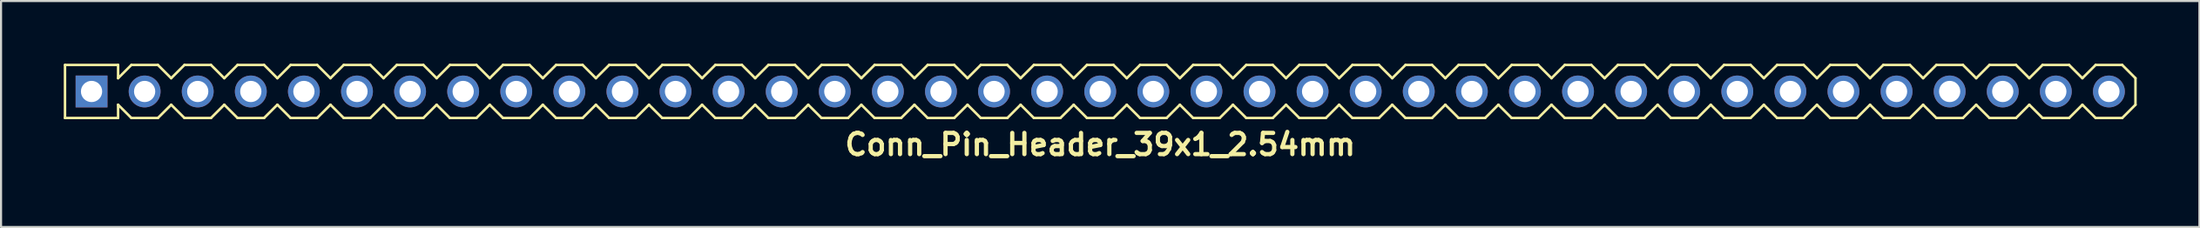
<source format=kicad_pcb>
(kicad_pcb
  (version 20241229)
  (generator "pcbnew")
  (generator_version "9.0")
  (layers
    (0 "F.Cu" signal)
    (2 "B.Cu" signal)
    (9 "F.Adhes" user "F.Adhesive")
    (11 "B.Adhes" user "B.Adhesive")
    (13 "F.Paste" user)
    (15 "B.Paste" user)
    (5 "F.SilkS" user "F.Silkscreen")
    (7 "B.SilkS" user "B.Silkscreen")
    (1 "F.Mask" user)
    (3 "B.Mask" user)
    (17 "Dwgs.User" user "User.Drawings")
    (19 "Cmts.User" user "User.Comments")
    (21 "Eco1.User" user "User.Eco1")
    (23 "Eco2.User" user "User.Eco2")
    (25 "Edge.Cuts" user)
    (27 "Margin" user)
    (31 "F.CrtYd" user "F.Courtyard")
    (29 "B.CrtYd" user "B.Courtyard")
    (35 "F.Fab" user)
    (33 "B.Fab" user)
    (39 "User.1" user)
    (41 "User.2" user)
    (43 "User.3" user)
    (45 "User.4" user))
  (footprint "Conn_Pin_Header_39x1_2.54mm"
    (layer "F.Cu")
    (at 49.59 1.33)
    (property "Reference" "Conn_Pin_Header_39x1_2.54mm" (at 0 2.54 0) (layer "F.SilkS") (effects (font (size 1.016 1.016) (thickness 0.203))))
    (attr through_hole)
    (fp_line (start -49.53 -1.27) (end -49.53 1.27) (stroke (width 0.12) (type solid)) (layer "F.SilkS"))
    (fp_line (start -49.53 1.27) (end -46.99 1.27) (stroke (width 0.12) (type solid)) (layer "F.SilkS"))
    (fp_line (start -46.99 -1.27) (end -49.53 -1.27) (stroke (width 0.12) (type solid)) (layer "F.SilkS"))
    (fp_line (start -46.99 -0.635) (end -46.99 -1.27) (stroke (width 0.12) (type solid)) (layer "F.SilkS"))
    (fp_line (start -46.99 -0.635) (end -46.355 -1.27) (stroke (width 0.12) (type solid)) (layer "F.SilkS"))
    (fp_line (start -46.99 0.635) (end -46.355 1.27) (stroke (width 0.12) (type solid)) (layer "F.SilkS"))
    (fp_line (start -46.99 1.27) (end -46.99 0.635) (stroke (width 0.12) (type solid)) (layer "F.SilkS"))
    (fp_line (start -46.355 -1.27) (end -45.085 -1.27) (stroke (width 0.12) (type solid)) (layer "F.SilkS"))
    (fp_line (start -46.355 1.27) (end -45.085 1.27) (stroke (width 0.12) (type solid)) (layer "F.SilkS"))
    (fp_line (start -45.085 -1.27) (end -44.45 -0.635) (stroke (width 0.12) (type solid)) (layer "F.SilkS"))
    (fp_line (start -45.085 1.27) (end -44.45 0.635) (stroke (width 0.12) (type solid)) (layer "F.SilkS"))
    (fp_line (start -44.45 -0.635) (end -43.815 -1.27) (stroke (width 0.12) (type solid)) (layer "F.SilkS"))
    (fp_line (start -44.45 0.635) (end -43.815 1.27) (stroke (width 0.12) (type solid)) (layer "F.SilkS"))
    (fp_line (start -43.815 -1.27) (end -42.545 -1.27) (stroke (width 0.12) (type solid)) (layer "F.SilkS"))
    (fp_line (start -43.815 1.27) (end -42.545 1.27) (stroke (width 0.12) (type solid)) (layer "F.SilkS"))
    (fp_line (start -42.545 -1.27) (end -41.91 -0.635) (stroke (width 0.12) (type solid)) (layer "F.SilkS"))
    (fp_line (start -42.545 1.27) (end -41.91 0.635) (stroke (width 0.12) (type solid)) (layer "F.SilkS"))
    (fp_line (start -41.91 -0.635) (end -41.275 -1.27) (stroke (width 0.12) (type solid)) (layer "F.SilkS"))
    (fp_line (start -41.91 0.635) (end -41.275 1.27) (stroke (width 0.12) (type solid)) (layer "F.SilkS"))
    (fp_line (start -41.275 -1.27) (end -40.005 -1.27) (stroke (width 0.12) (type solid)) (layer "F.SilkS"))
    (fp_line (start -41.275 1.27) (end -40.005 1.27) (stroke (width 0.12) (type solid)) (layer "F.SilkS"))
    (fp_line (start -40.005 -1.27) (end -39.37 -0.635) (stroke (width 0.12) (type solid)) (layer "F.SilkS"))
    (fp_line (start -40.005 1.27) (end -39.37 0.635) (stroke (width 0.12) (type solid)) (layer "F.SilkS"))
    (fp_line (start -39.37 -0.635) (end -38.735 -1.27) (stroke (width 0.12) (type solid)) (layer "F.SilkS"))
    (fp_line (start -39.37 0.635) (end -38.735 1.27) (stroke (width 0.12) (type solid)) (layer "F.SilkS"))
    (fp_line (start -38.735 -1.27) (end -37.465 -1.27) (stroke (width 0.12) (type solid)) (layer "F.SilkS"))
    (fp_line (start -38.735 1.27) (end -37.465 1.27) (stroke (width 0.12) (type solid)) (layer "F.SilkS"))
    (fp_line (start -37.465 -1.27) (end -36.83 -0.635) (stroke (width 0.12) (type solid)) (layer "F.SilkS"))
    (fp_line (start -37.465 1.27) (end -36.83 0.635) (stroke (width 0.12) (type solid)) (layer "F.SilkS"))
    (fp_line (start -36.83 -0.635) (end -36.195 -1.27) (stroke (width 0.12) (type solid)) (layer "F.SilkS"))
    (fp_line (start -36.83 0.635) (end -36.195 1.27) (stroke (width 0.12) (type solid)) (layer "F.SilkS"))
    (fp_line (start -36.195 -1.27) (end -34.925 -1.27) (stroke (width 0.12) (type solid)) (layer "F.SilkS"))
    (fp_line (start -36.195 1.27) (end -34.925 1.27) (stroke (width 0.12) (type solid)) (layer "F.SilkS"))
    (fp_line (start -34.925 -1.27) (end -34.29 -0.635) (stroke (width 0.12) (type solid)) (layer "F.SilkS"))
    (fp_line (start -34.925 1.27) (end -34.29 0.635) (stroke (width 0.12) (type solid)) (layer "F.SilkS"))
    (fp_line (start -34.29 -0.635) (end -33.655 -1.27) (stroke (width 0.12) (type solid)) (layer "F.SilkS"))
    (fp_line (start -34.29 0.635) (end -33.655 1.27) (stroke (width 0.12) (type solid)) (layer "F.SilkS"))
    (fp_line (start -33.655 -1.27) (end -32.385 -1.27) (stroke (width 0.12) (type solid)) (layer "F.SilkS"))
    (fp_line (start -33.655 1.27) (end -32.385 1.27) (stroke (width 0.12) (type solid)) (layer "F.SilkS"))
    (fp_line (start -32.385 -1.27) (end -31.75 -0.635) (stroke (width 0.12) (type solid)) (layer "F.SilkS"))
    (fp_line (start -32.385 1.27) (end -31.75 0.635) (stroke (width 0.12) (type solid)) (layer "F.SilkS"))
    (fp_line (start -31.75 -0.635) (end -31.115 -1.27) (stroke (width 0.12) (type solid)) (layer "F.SilkS"))
    (fp_line (start -31.75 0.635) (end -31.115 1.27) (stroke (width 0.12) (type solid)) (layer "F.SilkS"))
    (fp_line (start -31.115 -1.27) (end -29.845 -1.27) (stroke (width 0.12) (type solid)) (layer "F.SilkS"))
    (fp_line (start -31.115 1.27) (end -29.845 1.27) (stroke (width 0.12) (type solid)) (layer "F.SilkS"))
    (fp_line (start -29.845 -1.27) (end -29.21 -0.635) (stroke (width 0.12) (type solid)) (layer "F.SilkS"))
    (fp_line (start -29.845 1.27) (end -29.21 0.635) (stroke (width 0.12) (type solid)) (layer "F.SilkS"))
    (fp_line (start -29.21 -0.635) (end -28.575 -1.27) (stroke (width 0.12) (type solid)) (layer "F.SilkS"))
    (fp_line (start -29.21 0.635) (end -28.575 1.27) (stroke (width 0.12) (type solid)) (layer "F.SilkS"))
    (fp_line (start -28.575 -1.27) (end -27.305 -1.27) (stroke (width 0.12) (type solid)) (layer "F.SilkS"))
    (fp_line (start -28.575 1.27) (end -27.305 1.27) (stroke (width 0.12) (type solid)) (layer "F.SilkS"))
    (fp_line (start -27.305 -1.27) (end -26.67 -0.635) (stroke (width 0.12) (type solid)) (layer "F.SilkS"))
    (fp_line (start -27.305 1.27) (end -26.67 0.635) (stroke (width 0.12) (type solid)) (layer "F.SilkS"))
    (fp_line (start -26.67 -0.635) (end -26.035 -1.27) (stroke (width 0.12) (type solid)) (layer "F.SilkS"))
    (fp_line (start -26.67 0.635) (end -26.035 1.27) (stroke (width 0.12) (type solid)) (layer "F.SilkS"))
    (fp_line (start -26.035 -1.27) (end -24.765 -1.27) (stroke (width 0.12) (type solid)) (layer "F.SilkS"))
    (fp_line (start -26.035 1.27) (end -24.765 1.27) (stroke (width 0.12) (type solid)) (layer "F.SilkS"))
    (fp_line (start -24.765 -1.27) (end -24.13 -0.635) (stroke (width 0.12) (type solid)) (layer "F.SilkS"))
    (fp_line (start -24.765 1.27) (end -24.13 0.635) (stroke (width 0.12) (type solid)) (layer "F.SilkS"))
    (fp_line (start -24.13 -0.635) (end -23.495 -1.27) (stroke (width 0.12) (type solid)) (layer "F.SilkS"))
    (fp_line (start -24.13 0.635) (end -23.495 1.27) (stroke (width 0.12) (type solid)) (layer "F.SilkS"))
    (fp_line (start -23.495 -1.27) (end -22.225 -1.27) (stroke (width 0.12) (type solid)) (layer "F.SilkS"))
    (fp_line (start -23.495 1.27) (end -22.225 1.27) (stroke (width 0.12) (type solid)) (layer "F.SilkS"))
    (fp_line (start -22.225 -1.27) (end -21.59 -0.635) (stroke (width 0.12) (type solid)) (layer "F.SilkS"))
    (fp_line (start -22.225 1.27) (end -21.59 0.635) (stroke (width 0.12) (type solid)) (layer "F.SilkS"))
    (fp_line (start -21.59 -0.635) (end -20.955 -1.27) (stroke (width 0.12) (type solid)) (layer "F.SilkS"))
    (fp_line (start -21.59 0.635) (end -20.955 1.27) (stroke (width 0.12) (type solid)) (layer "F.SilkS"))
    (fp_line (start -20.955 -1.27) (end -19.685 -1.27) (stroke (width 0.12) (type solid)) (layer "F.SilkS"))
    (fp_line (start -20.955 1.27) (end -19.685 1.27) (stroke (width 0.12) (type solid)) (layer "F.SilkS"))
    (fp_line (start -19.685 -1.27) (end -19.05 -0.635) (stroke (width 0.12) (type solid)) (layer "F.SilkS"))
    (fp_line (start -19.685 1.27) (end -19.05 0.635) (stroke (width 0.12) (type solid)) (layer "F.SilkS"))
    (fp_line (start -19.05 -0.635) (end -18.415 -1.27) (stroke (width 0.12) (type solid)) (layer "F.SilkS"))
    (fp_line (start -19.05 0.635) (end -18.415 1.27) (stroke (width 0.12) (type solid)) (layer "F.SilkS"))
    (fp_line (start -18.415 -1.27) (end -17.145 -1.27) (stroke (width 0.12) (type solid)) (layer "F.SilkS"))
    (fp_line (start -18.415 1.27) (end -17.145 1.27) (stroke (width 0.12) (type solid)) (layer "F.SilkS"))
    (fp_line (start -17.145 -1.27) (end -16.51 -0.635) (stroke (width 0.12) (type solid)) (layer "F.SilkS"))
    (fp_line (start -17.145 1.27) (end -16.51 0.635) (stroke (width 0.12) (type solid)) (layer "F.SilkS"))
    (fp_line (start -16.51 -0.635) (end -15.875 -1.27) (stroke (width 0.12) (type solid)) (layer "F.SilkS"))
    (fp_line (start -16.51 0.635) (end -15.875 1.27) (stroke (width 0.12) (type solid)) (layer "F.SilkS"))
    (fp_line (start -15.875 -1.27) (end -14.605 -1.27) (stroke (width 0.12) (type solid)) (layer "F.SilkS"))
    (fp_line (start -15.875 1.27) (end -14.605 1.27) (stroke (width 0.12) (type solid)) (layer "F.SilkS"))
    (fp_line (start -14.605 -1.27) (end -13.97 -0.635) (stroke (width 0.12) (type solid)) (layer "F.SilkS"))
    (fp_line (start -14.605 1.27) (end -13.97 0.635) (stroke (width 0.12) (type solid)) (layer "F.SilkS"))
    (fp_line (start -13.97 -0.635) (end -13.335 -1.27) (stroke (width 0.12) (type solid)) (layer "F.SilkS"))
    (fp_line (start -13.97 0.635) (end -13.335 1.27) (stroke (width 0.12) (type solid)) (layer "F.SilkS"))
    (fp_line (start -13.335 -1.27) (end -12.065 -1.27) (stroke (width 0.12) (type solid)) (layer "F.SilkS"))
    (fp_line (start -13.335 1.27) (end -12.065 1.27) (stroke (width 0.12) (type solid)) (layer "F.SilkS"))
    (fp_line (start -12.065 -1.27) (end -11.43 -0.635) (stroke (width 0.12) (type solid)) (layer "F.SilkS"))
    (fp_line (start -12.065 1.27) (end -11.43 0.635) (stroke (width 0.12) (type solid)) (layer "F.SilkS"))
    (fp_line (start -11.43 -0.635) (end -10.795 -1.27) (stroke (width 0.12) (type solid)) (layer "F.SilkS"))
    (fp_line (start -11.43 0.635) (end -10.795 1.27) (stroke (width 0.12) (type solid)) (layer "F.SilkS"))
    (fp_line (start -10.795 -1.27) (end -9.525 -1.27) (stroke (width 0.12) (type solid)) (layer "F.SilkS"))
    (fp_line (start -10.795 1.27) (end -9.525 1.27) (stroke (width 0.12) (type solid)) (layer "F.SilkS"))
    (fp_line (start -9.525 -1.27) (end -8.89 -0.635) (stroke (width 0.12) (type solid)) (layer "F.SilkS"))
    (fp_line (start -9.525 1.27) (end -8.89 0.635) (stroke (width 0.12) (type solid)) (layer "F.SilkS"))
    (fp_line (start -8.89 -0.635) (end -8.255 -1.27) (stroke (width 0.12) (type solid)) (layer "F.SilkS"))
    (fp_line (start -8.89 0.635) (end -8.255 1.27) (stroke (width 0.12) (type solid)) (layer "F.SilkS"))
    (fp_line (start -8.255 -1.27) (end -6.985 -1.27) (stroke (width 0.12) (type solid)) (layer "F.SilkS"))
    (fp_line (start -8.255 1.27) (end -6.985 1.27) (stroke (width 0.12) (type solid)) (layer "F.SilkS"))
    (fp_line (start -6.985 -1.27) (end -6.35 -0.635) (stroke (width 0.12) (type solid)) (layer "F.SilkS"))
    (fp_line (start -6.985 1.27) (end -6.35 0.635) (stroke (width 0.12) (type solid)) (layer "F.SilkS"))
    (fp_line (start -6.35 -0.635) (end -5.715 -1.27) (stroke (width 0.12) (type solid)) (layer "F.SilkS"))
    (fp_line (start -6.35 0.635) (end -5.715 1.27) (stroke (width 0.12) (type solid)) (layer "F.SilkS"))
    (fp_line (start -5.715 -1.27) (end -4.445 -1.27) (stroke (width 0.12) (type solid)) (layer "F.SilkS"))
    (fp_line (start -5.715 1.27) (end -4.445 1.27) (stroke (width 0.12) (type solid)) (layer "F.SilkS"))
    (fp_line (start -4.445 -1.27) (end -3.81 -0.635) (stroke (width 0.12) (type solid)) (layer "F.SilkS"))
    (fp_line (start -4.445 1.27) (end -3.81 0.635) (stroke (width 0.12) (type solid)) (layer "F.SilkS"))
    (fp_line (start -3.81 -0.635) (end -3.175 -1.27) (stroke (width 0.12) (type solid)) (layer "F.SilkS"))
    (fp_line (start -3.81 0.635) (end -3.175 1.27) (stroke (width 0.12) (type solid)) (layer "F.SilkS"))
    (fp_line (start -3.175 -1.27) (end -1.905 -1.27) (stroke (width 0.12) (type solid)) (layer "F.SilkS"))
    (fp_line (start -3.175 1.27) (end -1.905 1.27) (stroke (width 0.12) (type solid)) (layer "F.SilkS"))
    (fp_line (start -1.905 -1.27) (end -1.27 -0.635) (stroke (width 0.12) (type solid)) (layer "F.SilkS"))
    (fp_line (start -1.905 1.27) (end -1.27 0.635) (stroke (width 0.12) (type solid)) (layer "F.SilkS"))
    (fp_line (start -1.27 -0.635) (end -0.635 -1.27) (stroke (width 0.12) (type solid)) (layer "F.SilkS"))
    (fp_line (start -1.27 0.635) (end -0.635 1.27) (stroke (width 0.12) (type solid)) (layer "F.SilkS"))
    (fp_line (start -0.635 -1.27) (end 0.635 -1.27) (stroke (width 0.12) (type solid)) (layer "F.SilkS"))
    (fp_line (start -0.635 1.27) (end 0.635 1.27) (stroke (width 0.12) (type solid)) (layer "F.SilkS"))
    (fp_line (start 0.635 -1.27) (end 1.27 -0.635) (stroke (width 0.12) (type solid)) (layer "F.SilkS"))
    (fp_line (start 0.635 1.27) (end 1.27 0.635) (stroke (width 0.12) (type solid)) (layer "F.SilkS"))
    (fp_line (start 1.27 -0.635) (end 1.905 -1.27) (stroke (width 0.12) (type solid)) (layer "F.SilkS"))
    (fp_line (start 1.27 0.635) (end 1.905 1.27) (stroke (width 0.12) (type solid)) (layer "F.SilkS"))
    (fp_line (start 1.905 -1.27) (end 3.175 -1.27) (stroke (width 0.12) (type solid)) (layer "F.SilkS"))
    (fp_line (start 1.905 1.27) (end 3.175 1.27) (stroke (width 0.12) (type solid)) (layer "F.SilkS"))
    (fp_line (start 3.175 -1.27) (end 3.81 -0.635) (stroke (width 0.12) (type solid)) (layer "F.SilkS"))
    (fp_line (start 3.175 1.27) (end 3.81 0.635) (stroke (width 0.12) (type solid)) (layer "F.SilkS"))
    (fp_line (start 3.81 -0.635) (end 4.445 -1.27) (stroke (width 0.12) (type solid)) (layer "F.SilkS"))
    (fp_line (start 3.81 0.635) (end 4.445 1.27) (stroke (width 0.12) (type solid)) (layer "F.SilkS"))
    (fp_line (start 4.445 -1.27) (end 5.715 -1.27) (stroke (width 0.12) (type solid)) (layer "F.SilkS"))
    (fp_line (start 4.445 1.27) (end 5.715 1.27) (stroke (width 0.12) (type solid)) (layer "F.SilkS"))
    (fp_line (start 5.715 -1.27) (end 6.35 -0.635) (stroke (width 0.12) (type solid)) (layer "F.SilkS"))
    (fp_line (start 5.715 1.27) (end 6.35 0.635) (stroke (width 0.12) (type solid)) (layer "F.SilkS"))
    (fp_line (start 6.35 -0.635) (end 6.985 -1.27) (stroke (width 0.12) (type solid)) (layer "F.SilkS"))
    (fp_line (start 6.35 0.635) (end 6.985 1.27) (stroke (width 0.12) (type solid)) (layer "F.SilkS"))
    (fp_line (start 6.985 -1.27) (end 8.255 -1.27) (stroke (width 0.12) (type solid)) (layer "F.SilkS"))
    (fp_line (start 6.985 1.27) (end 8.255 1.27) (stroke (width 0.12) (type solid)) (layer "F.SilkS"))
    (fp_line (start 8.255 -1.27) (end 8.89 -0.635) (stroke (width 0.12) (type solid)) (layer "F.SilkS"))
    (fp_line (start 8.255 1.27) (end 8.89 0.635) (stroke (width 0.12) (type solid)) (layer "F.SilkS"))
    (fp_line (start 8.89 -0.635) (end 9.525 -1.27) (stroke (width 0.12) (type solid)) (layer "F.SilkS"))
    (fp_line (start 8.89 0.635) (end 9.525 1.27) (stroke (width 0.12) (type solid)) (layer "F.SilkS"))
    (fp_line (start 9.525 -1.27) (end 10.795 -1.27) (stroke (width 0.12) (type solid)) (layer "F.SilkS"))
    (fp_line (start 9.525 1.27) (end 10.795 1.27) (stroke (width 0.12) (type solid)) (layer "F.SilkS"))
    (fp_line (start 10.795 -1.27) (end 11.43 -0.635) (stroke (width 0.12) (type solid)) (layer "F.SilkS"))
    (fp_line (start 10.795 1.27) (end 11.43 0.635) (stroke (width 0.12) (type solid)) (layer "F.SilkS"))
    (fp_line (start 11.43 -0.635) (end 12.065 -1.27) (stroke (width 0.12) (type solid)) (layer "F.SilkS"))
    (fp_line (start 11.43 0.635) (end 12.065 1.27) (stroke (width 0.12) (type solid)) (layer "F.SilkS"))
    (fp_line (start 12.065 -1.27) (end 13.335 -1.27) (stroke (width 0.12) (type solid)) (layer "F.SilkS"))
    (fp_line (start 12.065 1.27) (end 13.335 1.27) (stroke (width 0.12) (type solid)) (layer "F.SilkS"))
    (fp_line (start 13.335 -1.27) (end 13.97 -0.635) (stroke (width 0.12) (type solid)) (layer "F.SilkS"))
    (fp_line (start 13.335 1.27) (end 13.97 0.635) (stroke (width 0.12) (type solid)) (layer "F.SilkS"))
    (fp_line (start 13.97 -0.635) (end 14.605 -1.27) (stroke (width 0.12) (type solid)) (layer "F.SilkS"))
    (fp_line (start 13.97 0.635) (end 14.605 1.27) (stroke (width 0.12) (type solid)) (layer "F.SilkS"))
    (fp_line (start 14.605 -1.27) (end 15.875 -1.27) (stroke (width 0.12) (type solid)) (layer "F.SilkS"))
    (fp_line (start 14.605 1.27) (end 15.875 1.27) (stroke (width 0.12) (type solid)) (layer "F.SilkS"))
    (fp_line (start 15.875 -1.27) (end 16.51 -0.635) (stroke (width 0.12) (type solid)) (layer "F.SilkS"))
    (fp_line (start 15.875 1.27) (end 16.51 0.635) (stroke (width 0.12) (type solid)) (layer "F.SilkS"))
    (fp_line (start 16.51 -0.635) (end 17.145 -1.27) (stroke (width 0.12) (type solid)) (layer "F.SilkS"))
    (fp_line (start 16.51 0.635) (end 17.145 1.27) (stroke (width 0.12) (type solid)) (layer "F.SilkS"))
    (fp_line (start 17.145 -1.27) (end 18.415 -1.27) (stroke (width 0.12) (type solid)) (layer "F.SilkS"))
    (fp_line (start 17.145 1.27) (end 18.415 1.27) (stroke (width 0.12) (type solid)) (layer "F.SilkS"))
    (fp_line (start 18.415 -1.27) (end 19.05 -0.635) (stroke (width 0.12) (type solid)) (layer "F.SilkS"))
    (fp_line (start 18.415 1.27) (end 19.05 0.635) (stroke (width 0.12) (type solid)) (layer "F.SilkS"))
    (fp_line (start 19.05 -0.635) (end 19.685 -1.27) (stroke (width 0.12) (type solid)) (layer "F.SilkS"))
    (fp_line (start 19.05 0.635) (end 19.685 1.27) (stroke (width 0.12) (type solid)) (layer "F.SilkS"))
    (fp_line (start 19.685 -1.27) (end 20.955 -1.27) (stroke (width 0.12) (type solid)) (layer "F.SilkS"))
    (fp_line (start 19.685 1.27) (end 20.955 1.27) (stroke (width 0.12) (type solid)) (layer "F.SilkS"))
    (fp_line (start 20.955 -1.27) (end 21.59 -0.635) (stroke (width 0.12) (type solid)) (layer "F.SilkS"))
    (fp_line (start 20.955 1.27) (end 21.59 0.635) (stroke (width 0.12) (type solid)) (layer "F.SilkS"))
    (fp_line (start 21.59 -0.635) (end 22.225 -1.27) (stroke (width 0.12) (type solid)) (layer "F.SilkS"))
    (fp_line (start 21.59 0.635) (end 22.225 1.27) (stroke (width 0.12) (type solid)) (layer "F.SilkS"))
    (fp_line (start 22.225 -1.27) (end 23.495 -1.27) (stroke (width 0.12) (type solid)) (layer "F.SilkS"))
    (fp_line (start 22.225 1.27) (end 23.495 1.27) (stroke (width 0.12) (type solid)) (layer "F.SilkS"))
    (fp_line (start 23.495 -1.27) (end 24.13 -0.635) (stroke (width 0.12) (type solid)) (layer "F.SilkS"))
    (fp_line (start 23.495 1.27) (end 24.13 0.635) (stroke (width 0.12) (type solid)) (layer "F.SilkS"))
    (fp_line (start 24.13 -0.635) (end 24.765 -1.27) (stroke (width 0.12) (type solid)) (layer "F.SilkS"))
    (fp_line (start 24.13 0.635) (end 24.765 1.27) (stroke (width 0.12) (type solid)) (layer "F.SilkS"))
    (fp_line (start 24.765 -1.27) (end 26.035 -1.27) (stroke (width 0.12) (type solid)) (layer "F.SilkS"))
    (fp_line (start 24.765 1.27) (end 26.035 1.27) (stroke (width 0.12) (type solid)) (layer "F.SilkS"))
    (fp_line (start 26.035 -1.27) (end 26.67 -0.635) (stroke (width 0.12) (type solid)) (layer "F.SilkS"))
    (fp_line (start 26.035 1.27) (end 26.67 0.635) (stroke (width 0.12) (type solid)) (layer "F.SilkS"))
    (fp_line (start 26.67 -0.635) (end 27.305 -1.27) (stroke (width 0.12) (type solid)) (layer "F.SilkS"))
    (fp_line (start 26.67 0.635) (end 27.305 1.27) (stroke (width 0.12) (type solid)) (layer "F.SilkS"))
    (fp_line (start 27.305 -1.27) (end 28.575 -1.27) (stroke (width 0.12) (type solid)) (layer "F.SilkS"))
    (fp_line (start 27.305 1.27) (end 28.575 1.27) (stroke (width 0.12) (type solid)) (layer "F.SilkS"))
    (fp_line (start 28.575 -1.27) (end 29.21 -0.635) (stroke (width 0.12) (type solid)) (layer "F.SilkS"))
    (fp_line (start 28.575 1.27) (end 29.21 0.635) (stroke (width 0.12) (type solid)) (layer "F.SilkS"))
    (fp_line (start 29.21 -0.635) (end 29.845 -1.27) (stroke (width 0.12) (type solid)) (layer "F.SilkS"))
    (fp_line (start 29.21 0.635) (end 29.845 1.27) (stroke (width 0.12) (type solid)) (layer "F.SilkS"))
    (fp_line (start 29.845 -1.27) (end 31.115 -1.27) (stroke (width 0.12) (type solid)) (layer "F.SilkS"))
    (fp_line (start 29.845 1.27) (end 31.115 1.27) (stroke (width 0.12) (type solid)) (layer "F.SilkS"))
    (fp_line (start 31.115 -1.27) (end 31.75 -0.635) (stroke (width 0.12) (type solid)) (layer "F.SilkS"))
    (fp_line (start 31.115 1.27) (end 31.75 0.635) (stroke (width 0.12) (type solid)) (layer "F.SilkS"))
    (fp_line (start 31.75 -0.635) (end 32.385 -1.27) (stroke (width 0.12) (type solid)) (layer "F.SilkS"))
    (fp_line (start 31.75 0.635) (end 32.385 1.27) (stroke (width 0.12) (type solid)) (layer "F.SilkS"))
    (fp_line (start 32.385 -1.27) (end 33.655 -1.27) (stroke (width 0.12) (type solid)) (layer "F.SilkS"))
    (fp_line (start 32.385 1.27) (end 33.655 1.27) (stroke (width 0.12) (type solid)) (layer "F.SilkS"))
    (fp_line (start 33.655 -1.27) (end 34.29 -0.635) (stroke (width 0.12) (type solid)) (layer "F.SilkS"))
    (fp_line (start 33.655 1.27) (end 34.29 0.635) (stroke (width 0.12) (type solid)) (layer "F.SilkS"))
    (fp_line (start 34.29 -0.635) (end 34.925 -1.27) (stroke (width 0.12) (type solid)) (layer "F.SilkS"))
    (fp_line (start 34.29 0.635) (end 34.925 1.27) (stroke (width 0.12) (type solid)) (layer "F.SilkS"))
    (fp_line (start 34.925 -1.27) (end 36.195 -1.27) (stroke (width 0.12) (type solid)) (layer "F.SilkS"))
    (fp_line (start 34.925 1.27) (end 36.195 1.27) (stroke (width 0.12) (type solid)) (layer "F.SilkS"))
    (fp_line (start 36.195 -1.27) (end 36.83 -0.635) (stroke (width 0.12) (type solid)) (layer "F.SilkS"))
    (fp_line (start 36.195 1.27) (end 36.83 0.635) (stroke (width 0.12) (type solid)) (layer "F.SilkS"))
    (fp_line (start 36.83 -0.635) (end 37.465 -1.27) (stroke (width 0.12) (type solid)) (layer "F.SilkS"))
    (fp_line (start 36.83 0.635) (end 37.465 1.27) (stroke (width 0.12) (type solid)) (layer "F.SilkS"))
    (fp_line (start 37.465 -1.27) (end 38.735 -1.27) (stroke (width 0.12) (type solid)) (layer "F.SilkS"))
    (fp_line (start 37.465 1.27) (end 38.735 1.27) (stroke (width 0.12) (type solid)) (layer "F.SilkS"))
    (fp_line (start 38.735 -1.27) (end 39.37 -0.635) (stroke (width 0.12) (type solid)) (layer "F.SilkS"))
    (fp_line (start 38.735 1.27) (end 39.37 0.635) (stroke (width 0.12) (type solid)) (layer "F.SilkS"))
    (fp_line (start 39.37 -0.635) (end 40.005 -1.27) (stroke (width 0.12) (type solid)) (layer "F.SilkS"))
    (fp_line (start 39.37 0.635) (end 40.005 1.27) (stroke (width 0.12) (type solid)) (layer "F.SilkS"))
    (fp_line (start 40.005 -1.27) (end 41.275 -1.27) (stroke (width 0.12) (type solid)) (layer "F.SilkS"))
    (fp_line (start 40.005 1.27) (end 41.275 1.27) (stroke (width 0.12) (type solid)) (layer "F.SilkS"))
    (fp_line (start 41.275 -1.27) (end 41.91 -0.635) (stroke (width 0.12) (type solid)) (layer "F.SilkS"))
    (fp_line (start 41.275 1.27) (end 41.91 0.635) (stroke (width 0.12) (type solid)) (layer "F.SilkS"))
    (fp_line (start 41.91 -0.635) (end 42.545 -1.27) (stroke (width 0.12) (type solid)) (layer "F.SilkS"))
    (fp_line (start 41.91 0.635) (end 42.545 1.27) (stroke (width 0.12) (type solid)) (layer "F.SilkS"))
    (fp_line (start 42.545 -1.27) (end 43.815 -1.27) (stroke (width 0.12) (type solid)) (layer "F.SilkS"))
    (fp_line (start 42.545 1.27) (end 43.815 1.27) (stroke (width 0.12) (type solid)) (layer "F.SilkS"))
    (fp_line (start 43.815 -1.27) (end 44.45 -0.635) (stroke (width 0.12) (type solid)) (layer "F.SilkS"))
    (fp_line (start 43.815 1.27) (end 44.45 0.635) (stroke (width 0.12) (type solid)) (layer "F.SilkS"))
    (fp_line (start 44.45 -0.635) (end 45.085 -1.27) (stroke (width 0.12) (type solid)) (layer "F.SilkS"))
    (fp_line (start 44.45 0.635) (end 45.085 1.27) (stroke (width 0.12) (type solid)) (layer "F.SilkS"))
    (fp_line (start 45.085 -1.27) (end 46.355 -1.27) (stroke (width 0.12) (type solid)) (layer "F.SilkS"))
    (fp_line (start 45.085 1.27) (end 46.355 1.27) (stroke (width 0.12) (type solid)) (layer "F.SilkS"))
    (fp_line (start 46.355 -1.27) (end 46.99 -0.635) (stroke (width 0.12) (type solid)) (layer "F.SilkS"))
    (fp_line (start 46.355 1.27) (end 46.99 0.635) (stroke (width 0.12) (type solid)) (layer "F.SilkS"))
    (fp_line (start 46.99 -0.635) (end 47.625 -1.27) (stroke (width 0.12) (type solid)) (layer "F.SilkS"))
    (fp_line (start 46.99 0.635) (end 47.625 1.27) (stroke (width 0.12) (type solid)) (layer "F.SilkS"))
    (fp_line (start 47.625 -1.27) (end 48.895 -1.27) (stroke (width 0.12) (type solid)) (layer "F.SilkS"))
    (fp_line (start 47.625 1.27) (end 48.895 1.27) (stroke (width 0.12) (type solid)) (layer "F.SilkS"))
    (fp_line (start 48.895 -1.27) (end 49.53 -0.635) (stroke (width 0.12) (type solid)) (layer "F.SilkS"))
    (fp_line (start 48.895 1.27) (end 49.53 0.635) (stroke (width 0.12) (type solid)) (layer "F.SilkS"))
    (fp_line (start 49.53 -0.635) (end 49.53 0.635) (stroke (width 0.12) (type solid)) (layer "F.SilkS"))
    (pad "1" thru_hole rect (at -48.26 0) (size 1.524 1.524) (drill 1.016) (layers "*.Cu" "*.Mask"))
    (pad "2" thru_hole circle (at -45.72 0) (size 1.524 1.524) (drill 1.016) (layers "*.Cu" "*.Mask"))
    (pad "3" thru_hole circle (at -43.18 0) (size 1.524 1.524) (drill 1.016) (layers "*.Cu" "*.Mask"))
    (pad "4" thru_hole circle (at -40.64 0) (size 1.524 1.524) (drill 1.016) (layers "*.Cu" "*.Mask"))
    (pad "5" thru_hole circle (at -38.1 0) (size 1.524 1.524) (drill 1.016) (layers "*.Cu" "*.Mask"))
    (pad "6" thru_hole circle (at -35.56 0) (size 1.524 1.524) (drill 1.016) (layers "*.Cu" "*.Mask"))
    (pad "7" thru_hole circle (at -33.02 0) (size 1.524 1.524) (drill 1.016) (layers "*.Cu" "*.Mask"))
    (pad "8" thru_hole circle (at -30.48 0) (size 1.524 1.524) (drill 1.016) (layers "*.Cu" "*.Mask"))
    (pad "9" thru_hole circle (at -27.94 0) (size 1.524 1.524) (drill 1.016) (layers "*.Cu" "*.Mask"))
    (pad "10" thru_hole circle (at -25.4 0) (size 1.524 1.524) (drill 1.016) (layers "*.Cu" "*.Mask"))
    (pad "11" thru_hole circle (at -22.86 0) (size 1.524 1.524) (drill 1.016) (layers "*.Cu" "*.Mask"))
    (pad "12" thru_hole circle (at -20.32 0) (size 1.524 1.524) (drill 1.016) (layers "*.Cu" "*.Mask"))
    (pad "13" thru_hole circle (at -17.78 0) (size 1.524 1.524) (drill 1.016) (layers "*.Cu" "*.Mask"))
    (pad "14" thru_hole circle (at -15.24 0) (size 1.524 1.524) (drill 1.016) (layers "*.Cu" "*.Mask"))
    (pad "15" thru_hole circle (at -12.7 0) (size 1.524 1.524) (drill 1.016) (layers "*.Cu" "*.Mask"))
    (pad "16" thru_hole circle (at -10.16 0) (size 1.524 1.524) (drill 1.016) (layers "*.Cu" "*.Mask"))
    (pad "17" thru_hole circle (at -7.62 0) (size 1.524 1.524) (drill 1.016) (layers "*.Cu" "*.Mask"))
    (pad "18" thru_hole circle (at -5.08 0) (size 1.524 1.524) (drill 1.016) (layers "*.Cu" "*.Mask"))
    (pad "19" thru_hole circle (at -2.54 0) (size 1.524 1.524) (drill 1.016) (layers "*.Cu" "*.Mask"))
    (pad "20" thru_hole circle (at 0 0) (size 1.524 1.524) (drill 1.016) (layers "*.Cu" "*.Mask"))
    (pad "21" thru_hole circle (at 2.54 0) (size 1.524 1.524) (drill 1.016) (layers "*.Cu" "*.Mask"))
    (pad "22" thru_hole circle (at 5.08 0) (size 1.524 1.524) (drill 1.016) (layers "*.Cu" "*.Mask"))
    (pad "23" thru_hole circle (at 7.62 0) (size 1.524 1.524) (drill 1.016) (layers "*.Cu" "*.Mask"))
    (pad "24" thru_hole circle (at 10.16 0) (size 1.524 1.524) (drill 1.016) (layers "*.Cu" "*.Mask"))
    (pad "25" thru_hole circle (at 12.7 0) (size 1.524 1.524) (drill 1.016) (layers "*.Cu" "*.Mask"))
    (pad "26" thru_hole circle (at 15.24 0) (size 1.524 1.524) (drill 1.016) (layers "*.Cu" "*.Mask"))
    (pad "27" thru_hole circle (at 17.78 0) (size 1.524 1.524) (drill 1.016) (layers "*.Cu" "*.Mask"))
    (pad "28" thru_hole circle (at 20.32 0) (size 1.524 1.524) (drill 1.016) (layers "*.Cu" "*.Mask"))
    (pad "29" thru_hole circle (at 22.86 0) (size 1.524 1.524) (drill 1.016) (layers "*.Cu" "*.Mask"))
    (pad "30" thru_hole circle (at 25.4 0) (size 1.524 1.524) (drill 1.016) (layers "*.Cu" "*.Mask"))
    (pad "31" thru_hole circle (at 27.94 0) (size 1.524 1.524) (drill 1.016) (layers "*.Cu" "*.Mask"))
    (pad "32" thru_hole circle (at 30.48 0) (size 1.524 1.524) (drill 1.016) (layers "*.Cu" "*.Mask"))
    (pad "33" thru_hole circle (at 33.02 0) (size 1.524 1.524) (drill 1.016) (layers "*.Cu" "*.Mask"))
    (pad "34" thru_hole circle (at 35.56 0) (size 1.524 1.524) (drill 1.016) (layers "*.Cu" "*.Mask"))
    (pad "35" thru_hole circle (at 38.1 0) (size 1.524 1.524) (drill 1.016) (layers "*.Cu" "*.Mask"))
    (pad "36" thru_hole circle (at 40.64 0) (size 1.524 1.524) (drill 1.016) (layers "*.Cu" "*.Mask"))
    (pad "37" thru_hole circle (at 43.18 0) (size 1.524 1.524) (drill 1.016) (layers "*.Cu" "*.Mask"))
    (pad "38" thru_hole circle (at 45.72 0) (size 1.524 1.524) (drill 1.016) (layers "*.Cu" "*.Mask"))
    (pad "39" thru_hole circle (at 48.26 0) (size 1.524 1.524) (drill 1.016) (layers "*.Cu" "*.Mask")))
  (gr_rect
    (start -3 -3)
    (end 102.18 7.821)
    (stroke (width 0.1) (type default))
    (fill no)
    (layer "Edge.Cuts")))
</source>
